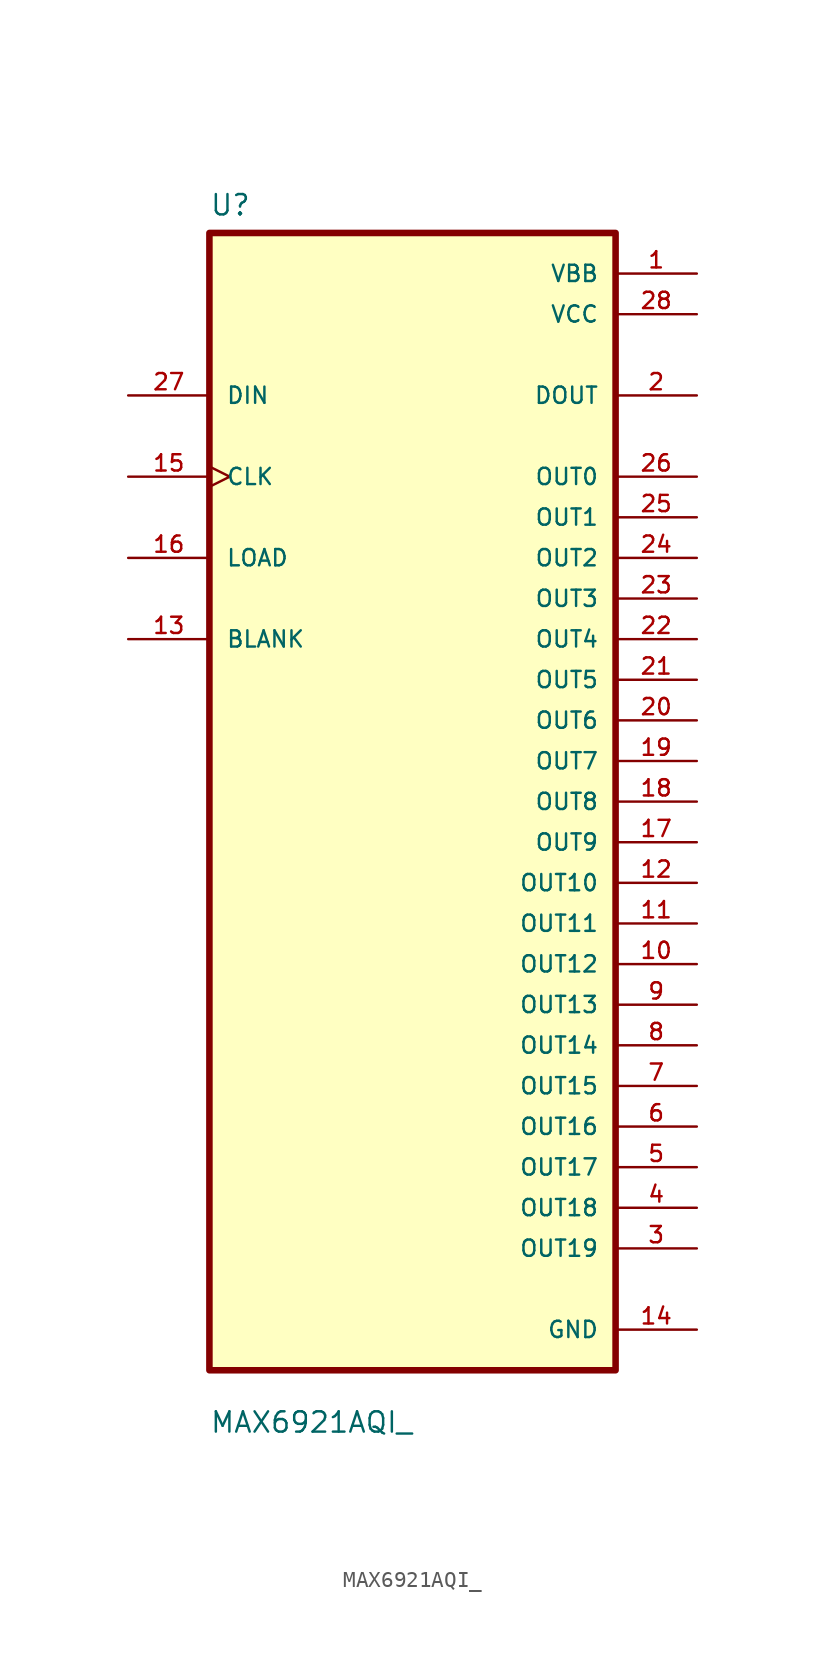
<source format=kicad_sym>
(kicad_symbol_lib
  (version 20211014)
  (generator kicad_symbol_editor)
  (symbol "MAX6921AQI_"
    (pin_names
      (offset 1.016))
    (property "Reference" "U"
      (at -12.7 36.56 0.0)
      (effects (font (size 1.27 1.27)) (justify bottom left)))
    (property "Value" "MAX6921AQI_"
      (at -12.7 -39.56 0.0)
      (effects (font (size 1.27 1.27)) (justify bottom left)))
    (symbol "MAX6921AQI__0_0"
      (rectangle (start -12.7 -35.56) (end 12.7 35.56) (stroke (width 0.41)) (fill (type background)))
      (pin input line (at -17.78 10.16 0) (length 5.08) (name "BLANK" (effects (font (size 1.016 1.016)))) (number "13" (effects (font (size 1.016 1.016)))))
      (pin input clock (at -17.78 20.32 0) (length 5.08) (name "CLK" (effects (font (size 1.016 1.016)))) (number "15" (effects (font (size 1.016 1.016)))))
      (pin input line (at -17.78 25.4 0) (length 5.08) (name "DIN" (effects (font (size 1.016 1.016)))) (number "27" (effects (font (size 1.016 1.016)))))
      (pin input line (at -17.78 15.24 0) (length 5.08) (name "LOAD" (effects (font (size 1.016 1.016)))) (number "16" (effects (font (size 1.016 1.016)))))
      (pin power_in line (at 17.78 33.02 180.0) (length 5.08) (name "VBB" (effects (font (size 1.016 1.016)))) (number "1" (effects (font (size 1.016 1.016)))))
      (pin power_in line (at 17.78 30.48 180.0) (length 5.08) (name "VCC" (effects (font (size 1.016 1.016)))) (number "28" (effects (font (size 1.016 1.016)))))
      (pin output line (at 17.78 25.4 180.0) (length 5.08) (name "DOUT" (effects (font (size 1.016 1.016)))) (number "2" (effects (font (size 1.016 1.016)))))
      (pin output line (at 17.78 20.32 180.0) (length 5.08) (name "OUT0" (effects (font (size 1.016 1.016)))) (number "26" (effects (font (size 1.016 1.016)))))
      (pin output line (at 17.78 17.78 180.0) (length 5.08) (name "OUT1" (effects (font (size 1.016 1.016)))) (number "25" (effects (font (size 1.016 1.016)))))
      (pin output line (at 17.78 15.24 180.0) (length 5.08) (name "OUT2" (effects (font (size 1.016 1.016)))) (number "24" (effects (font (size 1.016 1.016)))))
      (pin output line (at 17.78 12.7 180.0) (length 5.08) (name "OUT3" (effects (font (size 1.016 1.016)))) (number "23" (effects (font (size 1.016 1.016)))))
      (pin output line (at 17.78 10.16 180.0) (length 5.08) (name "OUT4" (effects (font (size 1.016 1.016)))) (number "22" (effects (font (size 1.016 1.016)))))
      (pin output line (at 17.78 7.62 180.0) (length 5.08) (name "OUT5" (effects (font (size 1.016 1.016)))) (number "21" (effects (font (size 1.016 1.016)))))
      (pin output line (at 17.78 5.08 180.0) (length 5.08) (name "OUT6" (effects (font (size 1.016 1.016)))) (number "20" (effects (font (size 1.016 1.016)))))
      (pin output line (at 17.78 2.54 180.0) (length 5.08) (name "OUT7" (effects (font (size 1.016 1.016)))) (number "19" (effects (font (size 1.016 1.016)))))
      (pin output line (at 17.78 0.0 180.0) (length 5.08) (name "OUT8" (effects (font (size 1.016 1.016)))) (number "18" (effects (font (size 1.016 1.016)))))
      (pin output line (at 17.78 -2.54 180.0) (length 5.08) (name "OUT9" (effects (font (size 1.016 1.016)))) (number "17" (effects (font (size 1.016 1.016)))))
      (pin output line (at 17.78 -5.08 180.0) (length 5.08) (name "OUT10" (effects (font (size 1.016 1.016)))) (number "12" (effects (font (size 1.016 1.016)))))
      (pin output line (at 17.78 -7.62 180.0) (length 5.08) (name "OUT11" (effects (font (size 1.016 1.016)))) (number "11" (effects (font (size 1.016 1.016)))))
      (pin output line (at 17.78 -10.16 180.0) (length 5.08) (name "OUT12" (effects (font (size 1.016 1.016)))) (number "10" (effects (font (size 1.016 1.016)))))
      (pin output line (at 17.78 -12.7 180.0) (length 5.08) (name "OUT13" (effects (font (size 1.016 1.016)))) (number "9" (effects (font (size 1.016 1.016)))))
      (pin output line (at 17.78 -15.24 180.0) (length 5.08) (name "OUT14" (effects (font (size 1.016 1.016)))) (number "8" (effects (font (size 1.016 1.016)))))
      (pin output line (at 17.78 -17.78 180.0) (length 5.08) (name "OUT15" (effects (font (size 1.016 1.016)))) (number "7" (effects (font (size 1.016 1.016)))))
      (pin output line (at 17.78 -20.32 180.0) (length 5.08) (name "OUT16" (effects (font (size 1.016 1.016)))) (number "6" (effects (font (size 1.016 1.016)))))
      (pin output line (at 17.78 -22.86 180.0) (length 5.08) (name "OUT17" (effects (font (size 1.016 1.016)))) (number "5" (effects (font (size 1.016 1.016)))))
      (pin output line (at 17.78 -25.4 180.0) (length 5.08) (name "OUT18" (effects (font (size 1.016 1.016)))) (number "4" (effects (font (size 1.016 1.016)))))
      (pin output line (at 17.78 -27.94 180.0) (length 5.08) (name "OUT19" (effects (font (size 1.016 1.016)))) (number "3" (effects (font (size 1.016 1.016)))))
      (pin power_in line (at 17.78 -33.02 180.0) (length 5.08) (name "GND" (effects (font (size 1.016 1.016)))) (number "14" (effects (font (size 1.016 1.016))))))))
</source>
